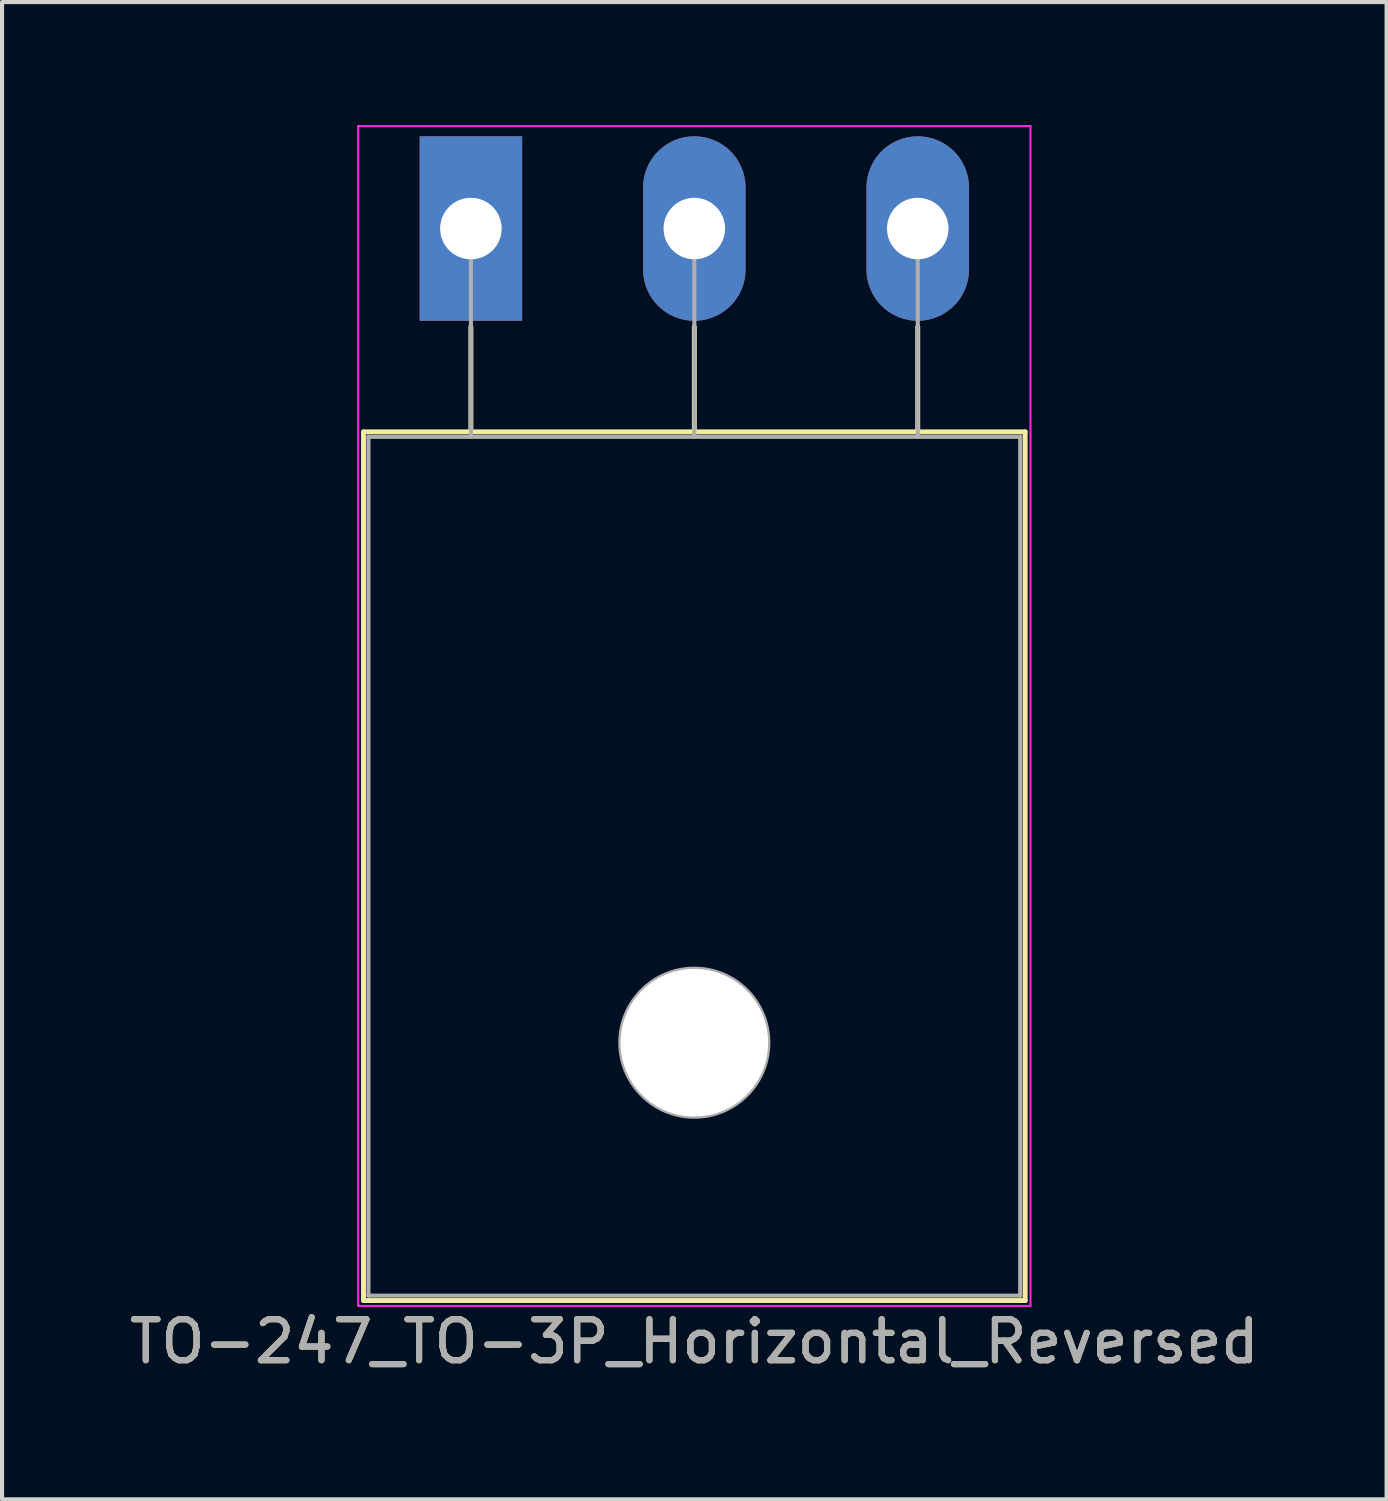
<source format=kicad_pcb>
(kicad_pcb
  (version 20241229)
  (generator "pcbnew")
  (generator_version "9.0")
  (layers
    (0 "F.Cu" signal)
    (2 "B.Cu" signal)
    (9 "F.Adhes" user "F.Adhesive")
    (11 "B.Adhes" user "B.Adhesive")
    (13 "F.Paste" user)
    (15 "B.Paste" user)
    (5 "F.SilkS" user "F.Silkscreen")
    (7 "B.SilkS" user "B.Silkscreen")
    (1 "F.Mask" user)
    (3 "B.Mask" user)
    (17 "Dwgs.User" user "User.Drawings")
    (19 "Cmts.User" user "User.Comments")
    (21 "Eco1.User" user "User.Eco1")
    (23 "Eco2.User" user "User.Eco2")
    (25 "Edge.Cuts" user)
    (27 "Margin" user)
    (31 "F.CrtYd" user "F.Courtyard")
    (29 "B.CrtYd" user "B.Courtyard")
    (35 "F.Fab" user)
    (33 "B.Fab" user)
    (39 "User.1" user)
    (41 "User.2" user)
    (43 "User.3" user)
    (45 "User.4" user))
  (footprint "TO-247_TO-3P_Horizontal_Reversed"
    (layer "F.Cu")
    (at 8.437 2.525)
    (property "Reference" "TO-247_TO-3P_Horizontal_Reversed" (at 5.45 27.15 0) (layer "F.SilkS") (effects (font (size 1 1) (thickness 0.15))))
    (attr through_hole)
    (fp_line (start -2.62 4.96) (end -2.62 26.15) (stroke (width 0.12) (type solid)) (layer "F.SilkS"))
    (fp_line (start -2.62 4.96) (end 13.52 4.96) (stroke (width 0.12) (type solid)) (layer "F.SilkS"))
    (fp_line (start -2.62 26.15) (end 13.52 26.15) (stroke (width 0.12) (type solid)) (layer "F.SilkS"))
    (fp_line (start 0 2.4) (end 0 4.96) (stroke (width 0.12) (type solid)) (layer "F.SilkS"))
    (fp_line (start 5.45 2.4) (end 5.45 4.96) (stroke (width 0.12) (type solid)) (layer "F.SilkS"))
    (fp_line (start 10.9 2.4) (end 10.9 4.96) (stroke (width 0.12) (type solid)) (layer "F.SilkS"))
    (fp_line (start 13.52 4.96) (end 13.52 26.15) (stroke (width 0.12) (type solid)) (layer "F.SilkS"))
    (fp_line (start -2.75 -2.5) (end -2.75 26.28) (stroke (width 0.05) (type solid)) (layer "F.CrtYd"))
    (fp_line (start -2.75 26.28) (end 13.65 26.28) (stroke (width 0.05) (type solid)) (layer "F.CrtYd"))
    (fp_line (start 13.65 -2.5) (end -2.75 -2.5) (stroke (width 0.05) (type solid)) (layer "F.CrtYd"))
    (fp_line (start 13.65 26.28) (end 13.65 -2.5) (stroke (width 0.05) (type solid)) (layer "F.CrtYd"))
    (fp_line (start -2.5 5.08) (end -2.5 26.03) (stroke (width 0.1) (type solid)) (layer "F.Fab"))
    (fp_line (start -2.5 26.03) (end 13.4 26.03) (stroke (width 0.1) (type solid)) (layer "F.Fab"))
    (fp_line (start 0 5.08) (end 0 0) (stroke (width 0.1) (type solid)) (layer "F.Fab"))
    (fp_line (start 5.45 5.08) (end 5.45 0) (stroke (width 0.1) (type solid)) (layer "F.Fab"))
    (fp_line (start 10.9 5.08) (end 10.9 0) (stroke (width 0.1) (type solid)) (layer "F.Fab"))
    (fp_line (start 13.4 5.08) (end -2.5 5.08) (stroke (width 0.1) (type solid)) (layer "F.Fab"))
    (fp_line (start 13.4 26.03) (end 13.4 5.08) (stroke (width 0.1) (type solid)) (layer "F.Fab"))
    (fp_circle (center 5.45 19.86) (end 7.255 19.86) (stroke (width 0.1) (type solid)) (fill no) (layer "F.Fab"))
    (fp_text user "${REFERENCE}" (at 5.45 27.15 0) (layer "F.Fab") (effects (font (size 1 1) (thickness 0.15))))
    (pad "" np_thru_hole oval (at 5.45 19.86) (size 3.6 3.6) (drill 3.6) (layers "*.Cu" "*.Mask"))
    (pad "1" thru_hole rect (at 0 0) (size 2.5 4.5) (drill 1.5) (layers "*.Cu" "*.Mask"))
    (pad "2" thru_hole oval (at 5.45 0) (size 2.5 4.5) (drill 1.5) (layers "*.Cu" "*.Mask"))
    (pad "3" thru_hole oval (at 10.9 0) (size 2.5 4.5) (drill 1.5) (layers "*.Cu" "*.Mask")))
  (gr_rect
    (start -3 -3)
    (end 30.774 33.523)
    (stroke (width 0.1) (type default))
    (fill no)
    (layer "Edge.Cuts")))
</source>
